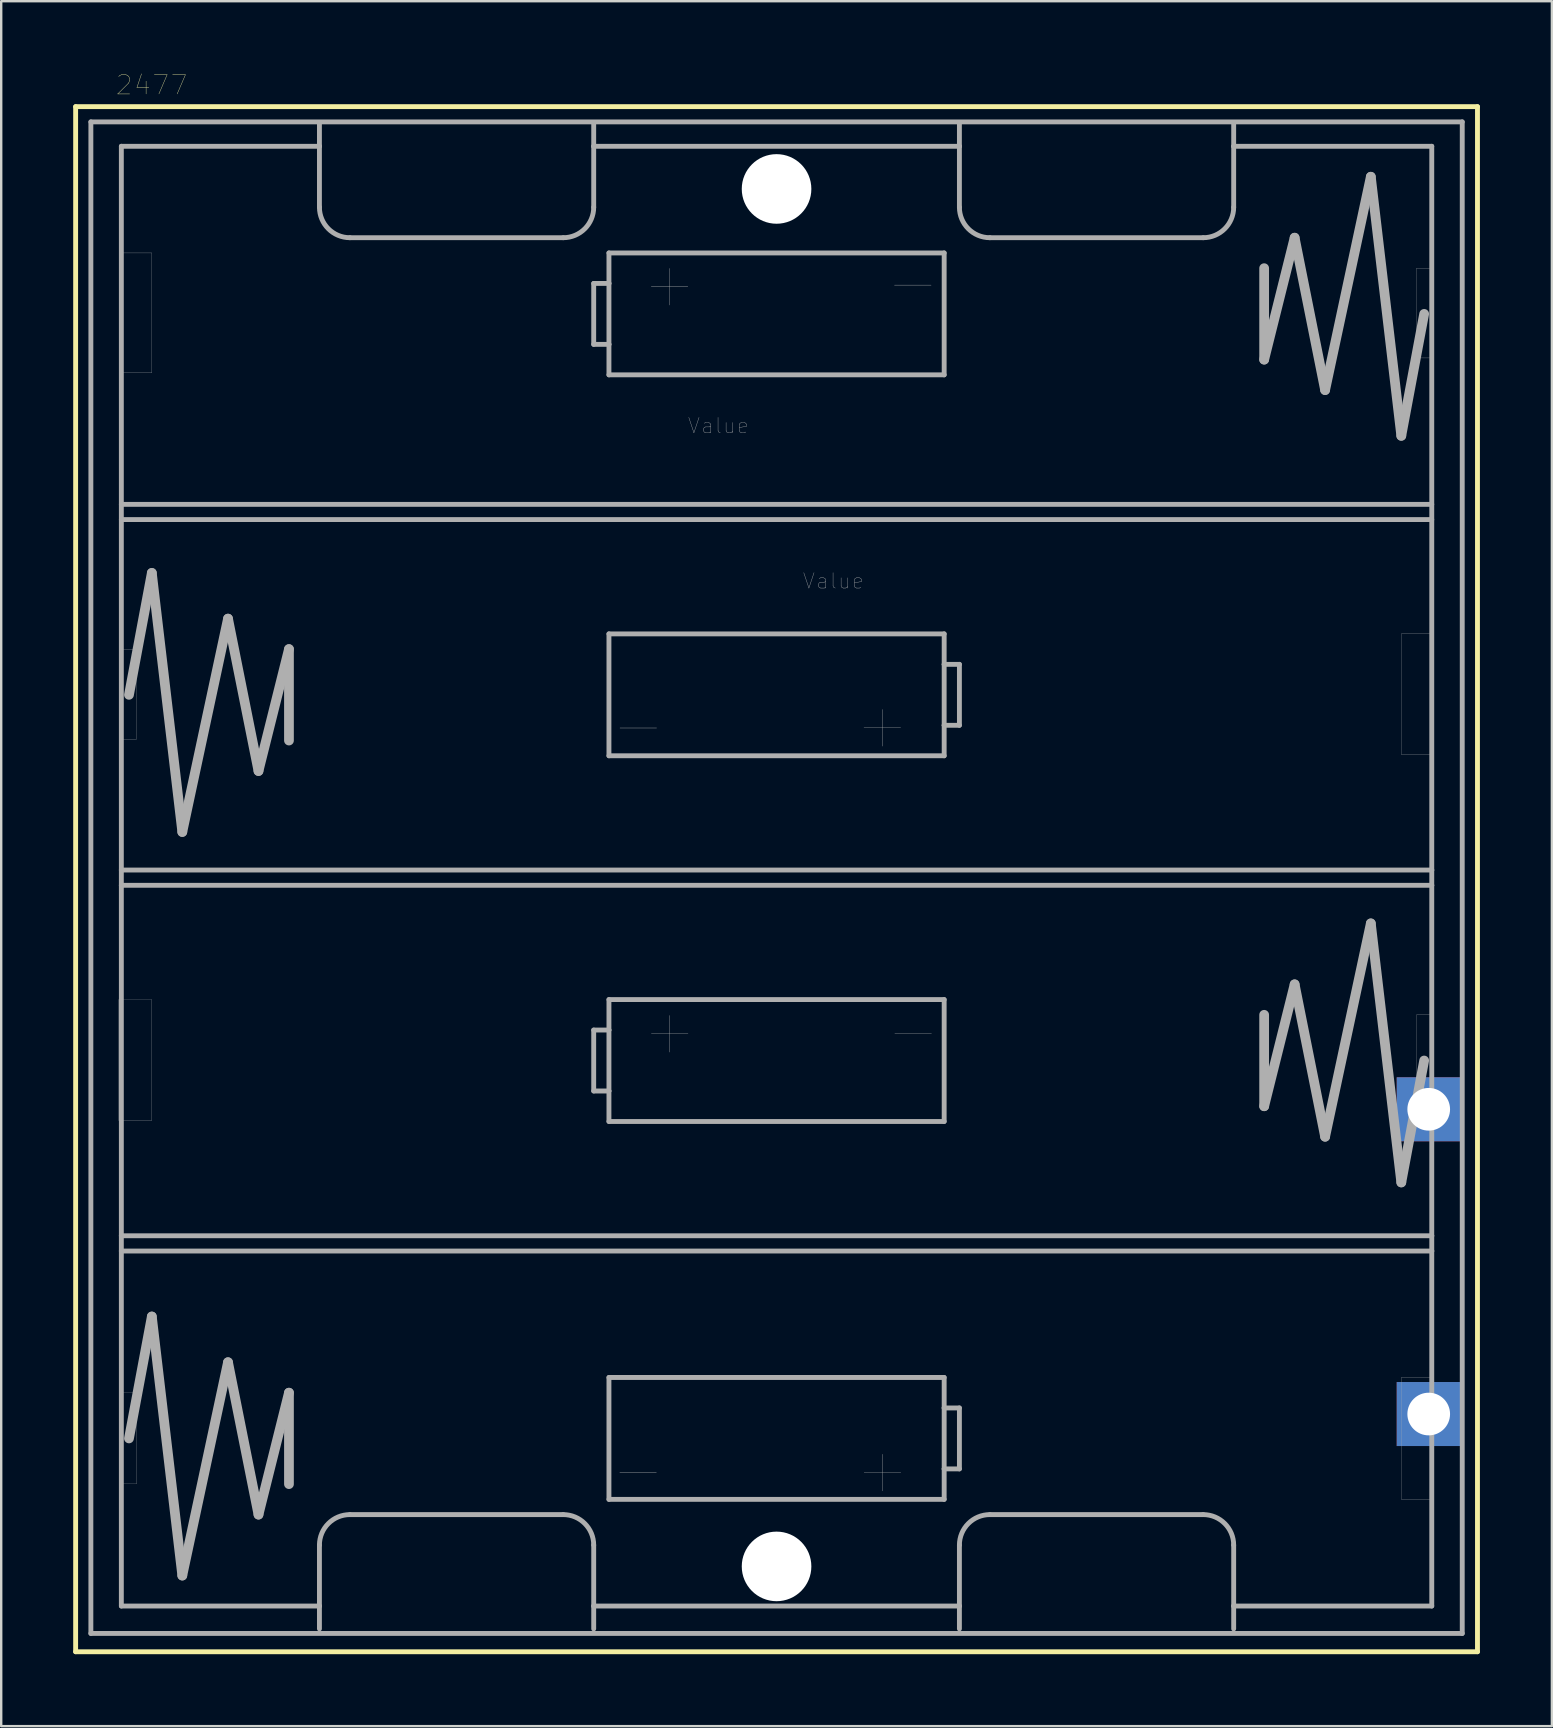
<source format=kicad_pcb>
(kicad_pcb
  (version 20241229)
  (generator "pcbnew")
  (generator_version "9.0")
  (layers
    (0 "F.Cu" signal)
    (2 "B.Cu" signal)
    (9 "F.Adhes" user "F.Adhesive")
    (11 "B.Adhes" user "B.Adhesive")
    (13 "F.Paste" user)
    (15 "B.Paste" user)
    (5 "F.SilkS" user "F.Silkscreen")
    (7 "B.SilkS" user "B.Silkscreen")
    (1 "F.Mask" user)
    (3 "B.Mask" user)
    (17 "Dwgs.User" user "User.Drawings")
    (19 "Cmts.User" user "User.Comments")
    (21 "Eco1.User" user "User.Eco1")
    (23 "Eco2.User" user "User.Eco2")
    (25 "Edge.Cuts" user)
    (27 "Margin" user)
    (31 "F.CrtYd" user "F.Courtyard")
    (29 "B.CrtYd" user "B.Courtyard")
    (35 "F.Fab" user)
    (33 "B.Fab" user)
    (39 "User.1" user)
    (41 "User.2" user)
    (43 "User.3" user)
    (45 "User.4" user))
  (footprint "2477"
    (layer "F.Cu")
    (at 57.887 65.022)
    (property "Reference" "2477" (at -54.62 -64.527 0) (layer "F.SilkS") (effects (font (size 0.8 0.8) (thickness 0.015))))
    (attr through_hole)
    (fp_line (start -57.785 -63.627) (end 0.635 -63.627) (stroke (width 0.203) (type solid)) (layer "F.SilkS"))
    (fp_line (start -57.785 0.762) (end -57.785 -63.627) (stroke (width 0.203) (type solid)) (layer "F.SilkS"))
    (fp_line (start 0.635 -63.627) (end 0.635 0.762) (stroke (width 0.203) (type solid)) (layer "F.SilkS"))
    (fp_line (start 0.635 0.762) (end -57.785 0.762) (stroke (width 0.203) (type solid)) (layer "F.SilkS"))
    (fp_line (start -57.15 -62.992) (end 0 -62.992) (stroke (width 0.203) (type solid)) (layer "F.Fab"))
    (fp_line (start -57.15 0) (end -57.15 -62.992) (stroke (width 0.203) (type solid)) (layer "F.Fab"))
    (fp_line (start -55.88 -61.976) (end -55.88 -31.814) (stroke (width 0.203) (type solid)) (layer "F.Fab"))
    (fp_line (start -55.88 -47.053) (end -1.27 -47.053) (stroke (width 0.203) (type solid)) (layer "F.Fab"))
    (fp_line (start -55.88 -46.419) (end -1.27 -46.419) (stroke (width 0.203) (type solid)) (layer "F.Fab"))
    (fp_line (start -55.88 -31.814) (end -55.88 -31.178) (stroke (width 0.203) (type solid)) (layer "F.Fab"))
    (fp_line (start -55.88 -31.178) (end -55.88 -16.573) (stroke (width 0.203) (type solid)) (layer "F.Fab"))
    (fp_line (start -55.88 -16.573) (end -55.88 -15.938) (stroke (width 0.203) (type solid)) (layer "F.Fab"))
    (fp_line (start -55.88 -16.573) (end -1.27 -16.573) (stroke (width 0.203) (type solid)) (layer "F.Fab"))
    (fp_line (start -55.88 -15.938) (end -55.88 -1.143) (stroke (width 0.203) (type solid)) (layer "F.Fab"))
    (fp_line (start -55.88 -15.938) (end -1.27 -15.938) (stroke (width 0.203) (type solid)) (layer "F.Fab"))
    (fp_line (start -55.88 -1.143) (end -47.625 -1.143) (stroke (width 0.203) (type solid)) (layer "F.Fab"))
    (fp_line (start -55.562 -39.116) (end -54.61 -44.196) (stroke (width 0.406) (type solid)) (layer "F.Fab"))
    (fp_line (start -55.562 -8.128) (end -54.61 -13.208) (stroke (width 0.406) (type solid)) (layer "F.Fab"))
    (fp_line (start -54.61 -44.196) (end -53.34 -33.401) (stroke (width 0.406) (type solid)) (layer "F.Fab"))
    (fp_line (start -54.61 -13.208) (end -53.34 -2.413) (stroke (width 0.406) (type solid)) (layer "F.Fab"))
    (fp_line (start -53.34 -33.401) (end -51.435 -42.291) (stroke (width 0.406) (type solid)) (layer "F.Fab"))
    (fp_line (start -53.34 -2.413) (end -51.435 -11.303) (stroke (width 0.406) (type solid)) (layer "F.Fab"))
    (fp_line (start -51.435 -42.291) (end -50.165 -35.941) (stroke (width 0.406) (type solid)) (layer "F.Fab"))
    (fp_line (start -51.435 -11.303) (end -50.165 -4.953) (stroke (width 0.406) (type solid)) (layer "F.Fab"))
    (fp_line (start -50.165 -35.941) (end -48.895 -41.021) (stroke (width 0.406) (type solid)) (layer "F.Fab"))
    (fp_line (start -50.165 -4.953) (end -48.895 -10.033) (stroke (width 0.406) (type solid)) (layer "F.Fab"))
    (fp_line (start -48.895 -41.021) (end -48.895 -37.211) (stroke (width 0.406) (type solid)) (layer "F.Fab"))
    (fp_line (start -48.895 -10.033) (end -48.895 -6.223) (stroke (width 0.406) (type solid)) (layer "F.Fab"))
    (fp_line (start -47.625 -62.928) (end -47.625 -61.976) (stroke (width 0.203) (type solid)) (layer "F.Fab"))
    (fp_line (start -47.625 -61.976) (end -55.88 -61.976) (stroke (width 0.203) (type solid)) (layer "F.Fab"))
    (fp_line (start -47.625 -61.976) (end -47.625 -59.436) (stroke (width 0.203) (type solid)) (layer "F.Fab"))
    (fp_line (start -47.625 -3.683) (end -47.625 -1.143) (stroke (width 0.203) (type solid)) (layer "F.Fab"))
    (fp_line (start -47.625 -1.143) (end -47.625 -0.191) (stroke (width 0.203) (type solid)) (layer "F.Fab"))
    (fp_line (start -46.355 -58.166) (end -37.465 -58.166) (stroke (width 0.203) (type solid)) (layer "F.Fab"))
    (fp_line (start -37.465 -4.953) (end -46.355 -4.953) (stroke (width 0.203) (type solid)) (layer "F.Fab"))
    (fp_line (start -36.195 -61.976) (end -36.195 -62.928) (stroke (width 0.203) (type solid)) (layer "F.Fab"))
    (fp_line (start -36.195 -61.976) (end -20.955 -61.976) (stroke (width 0.203) (type solid)) (layer "F.Fab"))
    (fp_line (start -36.195 -59.436) (end -36.195 -61.976) (stroke (width 0.203) (type solid)) (layer "F.Fab"))
    (fp_line (start -36.195 -56.261) (end -35.56 -56.261) (stroke (width 0.203) (type solid)) (layer "F.Fab"))
    (fp_line (start -36.195 -53.721) (end -36.195 -56.261) (stroke (width 0.203) (type solid)) (layer "F.Fab"))
    (fp_line (start -36.195 -25.146) (end -35.56 -25.146) (stroke (width 0.203) (type solid)) (layer "F.Fab"))
    (fp_line (start -36.195 -22.606) (end -36.195 -25.146) (stroke (width 0.203) (type solid)) (layer "F.Fab"))
    (fp_line (start -36.195 -1.143) (end -36.195 -3.683) (stroke (width 0.203) (type solid)) (layer "F.Fab"))
    (fp_line (start -36.195 -0.191) (end -36.195 -1.143) (stroke (width 0.203) (type solid)) (layer "F.Fab"))
    (fp_line (start -35.56 -57.531) (end -21.59 -57.531) (stroke (width 0.203) (type solid)) (layer "F.Fab"))
    (fp_line (start -35.56 -56.261) (end -35.56 -57.531) (stroke (width 0.203) (type solid)) (layer "F.Fab"))
    (fp_line (start -35.56 -53.721) (end -36.195 -53.721) (stroke (width 0.203) (type solid)) (layer "F.Fab"))
    (fp_line (start -35.56 -53.721) (end -35.56 -56.261) (stroke (width 0.203) (type solid)) (layer "F.Fab"))
    (fp_line (start -35.56 -52.451) (end -35.56 -53.721) (stroke (width 0.203) (type solid)) (layer "F.Fab"))
    (fp_line (start -35.56 -41.656) (end -21.59 -41.656) (stroke (width 0.203) (type solid)) (layer "F.Fab"))
    (fp_line (start -35.56 -36.576) (end -35.56 -41.656) (stroke (width 0.203) (type solid)) (layer "F.Fab"))
    (fp_line (start -35.56 -26.416) (end -21.59 -26.416) (stroke (width 0.203) (type solid)) (layer "F.Fab"))
    (fp_line (start -35.56 -25.146) (end -35.56 -26.416) (stroke (width 0.203) (type solid)) (layer "F.Fab"))
    (fp_line (start -35.56 -22.606) (end -36.195 -22.606) (stroke (width 0.203) (type solid)) (layer "F.Fab"))
    (fp_line (start -35.56 -22.606) (end -35.56 -25.146) (stroke (width 0.203) (type solid)) (layer "F.Fab"))
    (fp_line (start -35.56 -21.336) (end -35.56 -22.606) (stroke (width 0.203) (type solid)) (layer "F.Fab"))
    (fp_line (start -35.56 -10.668) (end -21.59 -10.668) (stroke (width 0.203) (type solid)) (layer "F.Fab"))
    (fp_line (start -35.56 -5.588) (end -35.56 -10.668) (stroke (width 0.203) (type solid)) (layer "F.Fab"))
    (fp_line (start -21.59 -57.531) (end -21.59 -52.451) (stroke (width 0.203) (type solid)) (layer "F.Fab"))
    (fp_line (start -21.59 -52.451) (end -35.56 -52.451) (stroke (width 0.203) (type solid)) (layer "F.Fab"))
    (fp_line (start -21.59 -41.656) (end -21.59 -40.386) (stroke (width 0.203) (type solid)) (layer "F.Fab"))
    (fp_line (start -21.59 -40.386) (end -21.59 -37.846) (stroke (width 0.203) (type solid)) (layer "F.Fab"))
    (fp_line (start -21.59 -40.386) (end -20.955 -40.386) (stroke (width 0.203) (type solid)) (layer "F.Fab"))
    (fp_line (start -21.59 -37.846) (end -21.59 -36.576) (stroke (width 0.203) (type solid)) (layer "F.Fab"))
    (fp_line (start -21.59 -36.576) (end -35.56 -36.576) (stroke (width 0.203) (type solid)) (layer "F.Fab"))
    (fp_line (start -21.59 -26.416) (end -21.59 -21.336) (stroke (width 0.203) (type solid)) (layer "F.Fab"))
    (fp_line (start -21.59 -21.336) (end -35.56 -21.336) (stroke (width 0.203) (type solid)) (layer "F.Fab"))
    (fp_line (start -21.59 -10.668) (end -21.59 -9.398) (stroke (width 0.203) (type solid)) (layer "F.Fab"))
    (fp_line (start -21.59 -9.398) (end -21.59 -6.858) (stroke (width 0.203) (type solid)) (layer "F.Fab"))
    (fp_line (start -21.59 -9.398) (end -20.955 -9.398) (stroke (width 0.203) (type solid)) (layer "F.Fab"))
    (fp_line (start -21.59 -6.858) (end -21.59 -5.588) (stroke (width 0.203) (type solid)) (layer "F.Fab"))
    (fp_line (start -21.59 -5.588) (end -35.56 -5.588) (stroke (width 0.203) (type solid)) (layer "F.Fab"))
    (fp_line (start -20.955 -62.928) (end -20.955 -61.976) (stroke (width 0.203) (type solid)) (layer "F.Fab"))
    (fp_line (start -20.955 -61.976) (end -20.955 -59.436) (stroke (width 0.203) (type solid)) (layer "F.Fab"))
    (fp_line (start -20.955 -40.386) (end -20.955 -37.846) (stroke (width 0.203) (type solid)) (layer "F.Fab"))
    (fp_line (start -20.955 -37.846) (end -21.59 -37.846) (stroke (width 0.203) (type solid)) (layer "F.Fab"))
    (fp_line (start -20.955 -9.398) (end -20.955 -6.858) (stroke (width 0.203) (type solid)) (layer "F.Fab"))
    (fp_line (start -20.955 -6.858) (end -21.59 -6.858) (stroke (width 0.203) (type solid)) (layer "F.Fab"))
    (fp_line (start -20.955 -3.683) (end -20.955 -1.143) (stroke (width 0.203) (type solid)) (layer "F.Fab"))
    (fp_line (start -20.955 -1.143) (end -36.195 -1.143) (stroke (width 0.203) (type solid)) (layer "F.Fab"))
    (fp_line (start -20.955 -1.143) (end -20.955 -0.191) (stroke (width 0.203) (type solid)) (layer "F.Fab"))
    (fp_line (start -19.685 -58.166) (end -10.795 -58.166) (stroke (width 0.203) (type solid)) (layer "F.Fab"))
    (fp_line (start -10.795 -4.953) (end -19.685 -4.953) (stroke (width 0.203) (type solid)) (layer "F.Fab"))
    (fp_line (start -9.525 -61.976) (end -9.525 -62.928) (stroke (width 0.203) (type solid)) (layer "F.Fab"))
    (fp_line (start -9.525 -61.976) (end -1.27 -61.976) (stroke (width 0.203) (type solid)) (layer "F.Fab"))
    (fp_line (start -9.525 -59.436) (end -9.525 -61.976) (stroke (width 0.203) (type solid)) (layer "F.Fab"))
    (fp_line (start -9.525 -1.143) (end -9.525 -3.683) (stroke (width 0.203) (type solid)) (layer "F.Fab"))
    (fp_line (start -9.525 -0.191) (end -9.525 -1.143) (stroke (width 0.203) (type solid)) (layer "F.Fab"))
    (fp_line (start -8.255 -53.086) (end -8.255 -56.896) (stroke (width 0.406) (type solid)) (layer "F.Fab"))
    (fp_line (start -8.255 -21.971) (end -8.255 -25.781) (stroke (width 0.406) (type solid)) (layer "F.Fab"))
    (fp_line (start -6.985 -58.166) (end -8.255 -53.086) (stroke (width 0.406) (type solid)) (layer "F.Fab"))
    (fp_line (start -6.985 -27.051) (end -8.255 -21.971) (stroke (width 0.406) (type solid)) (layer "F.Fab"))
    (fp_line (start -5.715 -51.816) (end -6.985 -58.166) (stroke (width 0.406) (type solid)) (layer "F.Fab"))
    (fp_line (start -5.715 -20.701) (end -6.985 -27.051) (stroke (width 0.406) (type solid)) (layer "F.Fab"))
    (fp_line (start -3.81 -60.706) (end -5.715 -51.816) (stroke (width 0.406) (type solid)) (layer "F.Fab"))
    (fp_line (start -3.81 -29.591) (end -5.715 -20.701) (stroke (width 0.406) (type solid)) (layer "F.Fab"))
    (fp_line (start -2.54 -49.911) (end -3.81 -60.706) (stroke (width 0.406) (type solid)) (layer "F.Fab"))
    (fp_line (start -2.54 -18.796) (end -3.81 -29.591) (stroke (width 0.406) (type solid)) (layer "F.Fab"))
    (fp_line (start -1.587 -54.991) (end -2.54 -49.911) (stroke (width 0.406) (type solid)) (layer "F.Fab"))
    (fp_line (start -1.587 -23.876) (end -2.54 -18.796) (stroke (width 0.406) (type solid)) (layer "F.Fab"))
    (fp_line (start -1.27 -61.976) (end -1.27 -31.814) (stroke (width 0.203) (type solid)) (layer "F.Fab"))
    (fp_line (start -1.27 -31.814) (end -55.88 -31.814) (stroke (width 0.203) (type solid)) (layer "F.Fab"))
    (fp_line (start -1.27 -31.814) (end -1.27 -31.178) (stroke (width 0.203) (type solid)) (layer "F.Fab"))
    (fp_line (start -1.27 -31.178) (end -55.88 -31.178) (stroke (width 0.203) (type solid)) (layer "F.Fab"))
    (fp_line (start -1.27 -31.178) (end -1.27 -16.573) (stroke (width 0.203) (type solid)) (layer "F.Fab"))
    (fp_line (start -1.27 -16.573) (end -1.27 -15.938) (stroke (width 0.203) (type solid)) (layer "F.Fab"))
    (fp_line (start -1.27 -15.938) (end -1.27 -1.143) (stroke (width 0.203) (type solid)) (layer "F.Fab"))
    (fp_line (start -1.27 -1.143) (end -9.525 -1.143) (stroke (width 0.203) (type solid)) (layer "F.Fab"))
    (fp_line (start 0 -62.992) (end 0 0) (stroke (width 0.203) (type solid)) (layer "F.Fab"))
    (fp_line (start 0 0) (end -57.15 0) (stroke (width 0.203) (type solid)) (layer "F.Fab"))
    (fp_arc (start -47.625 -3.683) (mid -47.253026 -4.581026) (end -46.355 -4.953) (stroke (width 0.2032) (type solid)) (layer "F.Fab"))
    (fp_arc (start -46.355 -58.166) (mid -47.253026 -58.537974) (end -47.625 -59.436) (stroke (width 0.2032) (type solid)) (layer "F.Fab"))
    (fp_arc (start -37.465 -4.953) (mid -36.566974 -4.581026) (end -36.195 -3.683) (stroke (width 0.2032) (type solid)) (layer "F.Fab"))
    (fp_arc (start -36.195 -59.436) (mid -36.566974 -58.537974) (end -37.465 -58.166) (stroke (width 0.2032) (type solid)) (layer "F.Fab"))
    (fp_arc (start -20.955 -3.683) (mid -20.583026 -4.581026) (end -19.685 -4.953) (stroke (width 0.2032) (type solid)) (layer "F.Fab"))
    (fp_arc (start -19.685 -58.166) (mid -20.583026 -58.537974) (end -20.955 -59.436) (stroke (width 0.2032) (type solid)) (layer "F.Fab"))
    (fp_arc (start -10.795 -4.953) (mid -9.896974 -4.581026) (end -9.525 -3.683) (stroke (width 0.2032) (type solid)) (layer "F.Fab"))
    (fp_arc (start -9.525 -59.436) (mid -9.896974 -58.537974) (end -10.795 -58.166) (stroke (width 0.2032) (type solid)) (layer "F.Fab"))
    (fp_poly (pts (xy -55.991 -26.416) (xy -54.61 -26.416) (xy -54.61 -21.378) (xy -55.991 -21.378)) (stroke (width 0.01) (type solid)) (fill no) (layer "F.Fab"))
    (fp_poly (pts (xy -55.971 -57.531) (xy -54.61 -57.531) (xy -54.61 -52.536) (xy -55.971 -52.536)) (stroke (width 0.01) (type solid)) (fill no) (layer "F.Fab"))
    (fp_poly (pts (xy -55.965 -41.021) (xy -55.245 -41.021) (xy -55.245 -37.267) (xy -55.965 -37.267)) (stroke (width 0.01) (type solid)) (fill no) (layer "F.Fab"))
    (fp_poly (pts (xy -55.963 -10.033) (xy -55.245 -10.033) (xy -55.245 -6.232) (xy -55.963 -6.232)) (stroke (width 0.01) (type solid)) (fill no) (layer "F.Fab"))
    (fp_poly (pts (xy -2.544 -41.656) (xy -1.27 -41.656) (xy -1.27 -36.634) (xy -2.544 -36.634)) (stroke (width 0.01) (type solid)) (fill no) (layer "F.Fab"))
    (fp_poly (pts (xy -2.542 -10.668) (xy -1.27 -10.668) (xy -1.27 -5.593) (xy -2.542 -5.593)) (stroke (width 0.01) (type solid)) (fill no) (layer "F.Fab"))
    (fp_poly (pts (xy -1.908 -56.896) (xy -1.27 -56.896) (xy -1.27 -53.156) (xy -1.908 -53.156)) (stroke (width 0.01) (type solid)) (fill no) (layer "F.Fab"))
    (fp_poly (pts (xy -1.907 -25.781) (xy -1.27 -25.781) (xy -1.27 -21.994) (xy -1.907 -21.994)) (stroke (width 0.01) (type solid)) (fill no) (layer "F.Fab"))
    (fp_text user "-" (at -34.336 -37.896 0) (layer "F.Fab") (effects (font (size 2.003 2.003) (thickness 0.015))))
    (fp_text user "+" (at -33.034 -56.285 0) (layer "F.Fab") (effects (font (size 2.001 2.001) (thickness 0.015))))
    (fp_text user "+" (at -24.167 -37.904 0) (layer "F.Fab") (effects (font (size 2.003 2.003) (thickness 0.015))))
    (fp_text user "+" (at -33.029 -25.153 0) (layer "F.Fab") (effects (font (size 2.001 2.001) (thickness 0.015))))
    (fp_text user "-" (at -22.883 -25.171 0) (layer "F.Fab") (effects (font (size 2.002 2.002) (thickness 0.015))))
    (fp_text user "Value" (at -26.205 -43.861 0) (layer "F.Fab") (effects (font (size 0.641 0.641) (thickness 0.015))))
    (fp_text user "+" (at -24.161 -6.867 0) (layer "F.Fab") (effects (font (size 2.003 2.003) (thickness 0.015))))
    (fp_text user "Value" (at -30.998 -50.333 0) (layer "F.Fab") (effects (font (size 0.64 0.64) (thickness 0.015))))
    (fp_text user "-" (at -34.345 -6.869 0) (layer "F.Fab") (effects (font (size 2.003 2.003) (thickness 0.015))))
    (fp_text user "-" (at -22.897 -56.352 0) (layer "F.Fab") (effects (font (size 2.003 2.003) (thickness 0.015))))
    (pad "" np_thru_hole circle (at -28.575 -60.198) (size 2.9 2.9) (drill 2.9) (layers "*.Cu" "*.Mask"))
    (pad "" np_thru_hole circle (at -28.575 -2.794) (size 2.9 2.9) (drill 2.9) (layers "*.Cu" "*.Mask"))
    (pad "+" thru_hole rect (at -1.397 -9.144) (size 2.667 2.667) (drill 1.778) (layers "*.Cu" "*.Mask"))
    (pad "-" thru_hole rect (at -1.397 -21.844) (size 2.667 2.667) (drill 1.778) (layers "*.Cu" "*.Mask")))
  (gr_rect
    (start -3 -3)
    (end 61.623 68.885)
    (stroke (width 0.1) (type default))
    (fill no)
    (layer "Edge.Cuts")))
</source>
